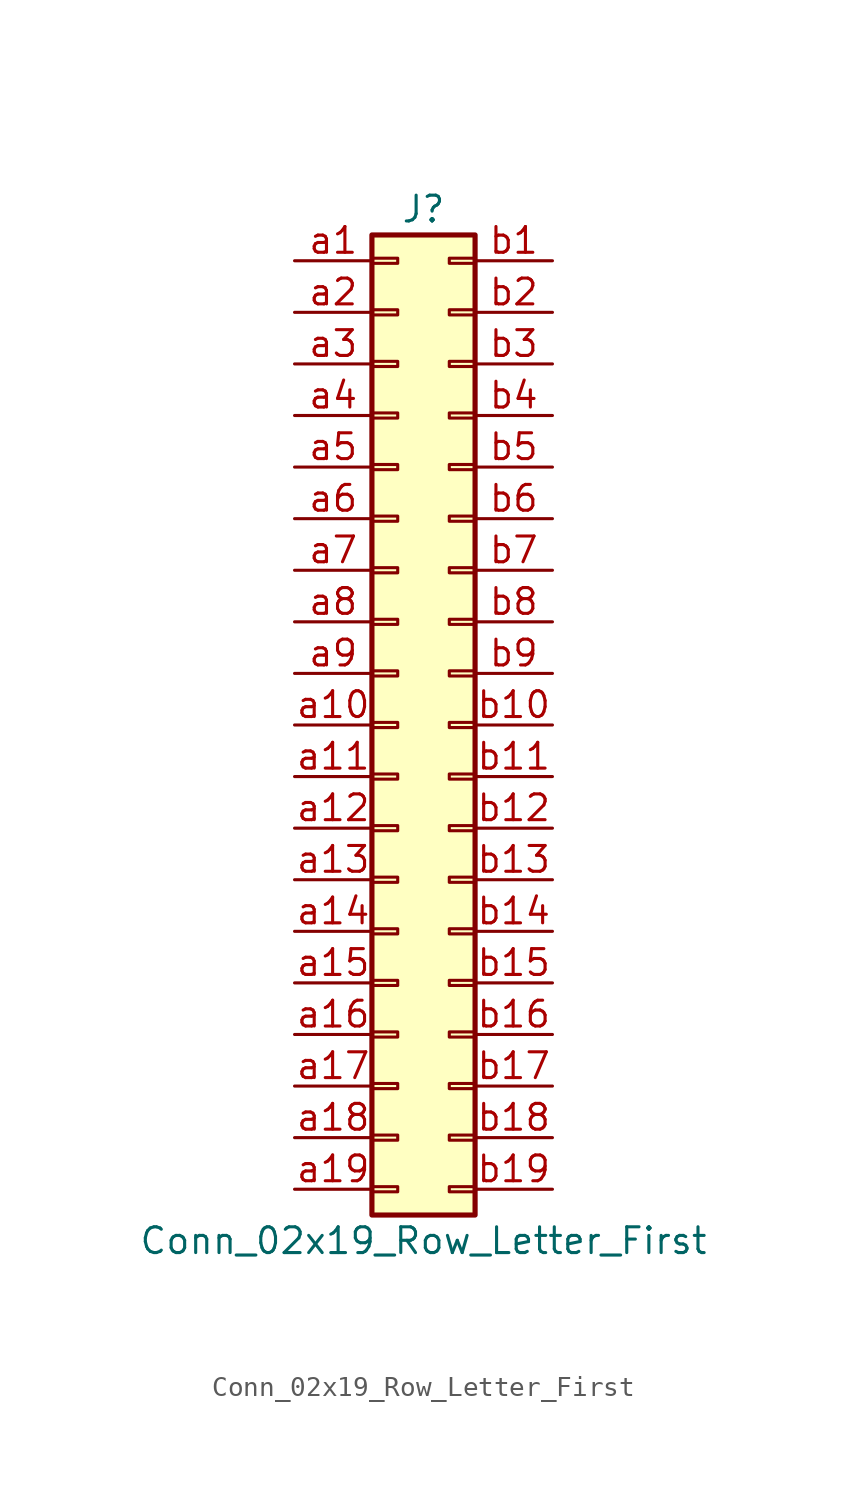
<source format=kicad_sym>
(kicad_symbol_lib
  (version 20211014)
  (generator kicad_symbol_editor)
  (symbol "Conn_02x19_Row_Letter_First"
    (pin_names
      (offset 1.016) hide)
    (property "Reference" "J"
      (at 1.27 25.4 0)
      (effects (font (size 1.27 1.27))))
    (property "Value" "Conn_02x19_Row_Letter_First"
      (at 1.27 -25.4 0)
      (effects (font (size 1.27 1.27))))
    (symbol "Conn_02x19_Row_Letter_First_1_1"
      (rectangle (start -1.27 -22.733) (end 0 -22.987) (stroke (width 0.152) (type default) (color 0 0 0 0)) (fill (type none)))
      (rectangle (start -1.27 -20.193) (end 0 -20.447) (stroke (width 0.152) (type default) (color 0 0 0 0)) (fill (type none)))
      (rectangle (start -1.27 -17.653) (end 0 -17.907) (stroke (width 0.152) (type default) (color 0 0 0 0)) (fill (type none)))
      (rectangle (start -1.27 -15.113) (end 0 -15.367) (stroke (width 0.152) (type default) (color 0 0 0 0)) (fill (type none)))
      (rectangle (start -1.27 -12.573) (end 0 -12.827) (stroke (width 0.152) (type default) (color 0 0 0 0)) (fill (type none)))
      (rectangle (start -1.27 -10.033) (end 0 -10.287) (stroke (width 0.152) (type default) (color 0 0 0 0)) (fill (type none)))
      (rectangle (start -1.27 -7.493) (end 0 -7.747) (stroke (width 0.152) (type default) (color 0 0 0 0)) (fill (type none)))
      (rectangle (start -1.27 -4.953) (end 0 -5.207) (stroke (width 0.152) (type default) (color 0 0 0 0)) (fill (type none)))
      (rectangle (start -1.27 -2.413) (end 0 -2.667) (stroke (width 0.152) (type default) (color 0 0 0 0)) (fill (type none)))
      (rectangle (start -1.27 0.127) (end 0 -0.127) (stroke (width 0.152) (type default) (color 0 0 0 0)) (fill (type none)))
      (rectangle (start -1.27 2.667) (end 0 2.413) (stroke (width 0.152) (type default) (color 0 0 0 0)) (fill (type none)))
      (rectangle (start -1.27 5.207) (end 0 4.953) (stroke (width 0.152) (type default) (color 0 0 0 0)) (fill (type none)))
      (rectangle (start -1.27 7.747) (end 0 7.493) (stroke (width 0.152) (type default) (color 0 0 0 0)) (fill (type none)))
      (rectangle (start -1.27 10.287) (end 0 10.033) (stroke (width 0.152) (type default) (color 0 0 0 0)) (fill (type none)))
      (rectangle (start -1.27 12.827) (end 0 12.573) (stroke (width 0.152) (type default) (color 0 0 0 0)) (fill (type none)))
      (rectangle (start -1.27 15.367) (end 0 15.113) (stroke (width 0.152) (type default) (color 0 0 0 0)) (fill (type none)))
      (rectangle (start -1.27 17.907) (end 0 17.653) (stroke (width 0.152) (type default) (color 0 0 0 0)) (fill (type none)))
      (rectangle (start -1.27 20.447) (end 0 20.193) (stroke (width 0.152) (type default) (color 0 0 0 0)) (fill (type none)))
      (rectangle (start -1.27 22.987) (end 0 22.733) (stroke (width 0.152) (type default) (color 0 0 0 0)) (fill (type none)))
      (rectangle (start -1.27 24.13) (end 3.81 -24.13) (stroke (width 0.254) (type default) (color 0 0 0 0)) (fill (type background)))
      (rectangle (start 3.81 -22.733) (end 2.54 -22.987) (stroke (width 0.152) (type default) (color 0 0 0 0)) (fill (type none)))
      (rectangle (start 3.81 -20.193) (end 2.54 -20.447) (stroke (width 0.152) (type default) (color 0 0 0 0)) (fill (type none)))
      (rectangle (start 3.81 -17.653) (end 2.54 -17.907) (stroke (width 0.152) (type default) (color 0 0 0 0)) (fill (type none)))
      (rectangle (start 3.81 -15.113) (end 2.54 -15.367) (stroke (width 0.152) (type default) (color 0 0 0 0)) (fill (type none)))
      (rectangle (start 3.81 -12.573) (end 2.54 -12.827) (stroke (width 0.152) (type default) (color 0 0 0 0)) (fill (type none)))
      (rectangle (start 3.81 -10.033) (end 2.54 -10.287) (stroke (width 0.152) (type default) (color 0 0 0 0)) (fill (type none)))
      (rectangle (start 3.81 -7.493) (end 2.54 -7.747) (stroke (width 0.152) (type default) (color 0 0 0 0)) (fill (type none)))
      (rectangle (start 3.81 -4.953) (end 2.54 -5.207) (stroke (width 0.152) (type default) (color 0 0 0 0)) (fill (type none)))
      (rectangle (start 3.81 -2.413) (end 2.54 -2.667) (stroke (width 0.152) (type default) (color 0 0 0 0)) (fill (type none)))
      (rectangle (start 3.81 0.127) (end 2.54 -0.127) (stroke (width 0.152) (type default) (color 0 0 0 0)) (fill (type none)))
      (rectangle (start 3.81 2.667) (end 2.54 2.413) (stroke (width 0.152) (type default) (color 0 0 0 0)) (fill (type none)))
      (rectangle (start 3.81 5.207) (end 2.54 4.953) (stroke (width 0.152) (type default) (color 0 0 0 0)) (fill (type none)))
      (rectangle (start 3.81 7.747) (end 2.54 7.493) (stroke (width 0.152) (type default) (color 0 0 0 0)) (fill (type none)))
      (rectangle (start 3.81 10.287) (end 2.54 10.033) (stroke (width 0.152) (type default) (color 0 0 0 0)) (fill (type none)))
      (rectangle (start 3.81 12.827) (end 2.54 12.573) (stroke (width 0.152) (type default) (color 0 0 0 0)) (fill (type none)))
      (rectangle (start 3.81 15.367) (end 2.54 15.113) (stroke (width 0.152) (type default) (color 0 0 0 0)) (fill (type none)))
      (rectangle (start 3.81 17.907) (end 2.54 17.653) (stroke (width 0.152) (type default) (color 0 0 0 0)) (fill (type none)))
      (rectangle (start 3.81 20.447) (end 2.54 20.193) (stroke (width 0.152) (type default) (color 0 0 0 0)) (fill (type none)))
      (rectangle (start 3.81 22.987) (end 2.54 22.733) (stroke (width 0.152) (type default) (color 0 0 0 0)) (fill (type none)))
      (pin passive line (at -5.08 22.86 0) (length 3.81) (name "Pin_a1" (effects (font (size 1.27 1.27)))) (number "a1" (effects (font (size 1.27 1.27)))))
      (pin passive line (at -5.08 0 0) (length 3.81) (name "Pin_a10" (effects (font (size 1.27 1.27)))) (number "a10" (effects (font (size 1.27 1.27)))))
      (pin passive line (at -5.08 -2.54 0) (length 3.81) (name "Pin_a11" (effects (font (size 1.27 1.27)))) (number "a11" (effects (font (size 1.27 1.27)))))
      (pin passive line (at -5.08 -5.08 0) (length 3.81) (name "Pin_a12" (effects (font (size 1.27 1.27)))) (number "a12" (effects (font (size 1.27 1.27)))))
      (pin passive line (at -5.08 -7.62 0) (length 3.81) (name "Pin_a13" (effects (font (size 1.27 1.27)))) (number "a13" (effects (font (size 1.27 1.27)))))
      (pin passive line (at -5.08 -10.16 0) (length 3.81) (name "Pin_a14" (effects (font (size 1.27 1.27)))) (number "a14" (effects (font (size 1.27 1.27)))))
      (pin passive line (at -5.08 -12.7 0) (length 3.81) (name "Pin_a15" (effects (font (size 1.27 1.27)))) (number "a15" (effects (font (size 1.27 1.27)))))
      (pin passive line (at -5.08 -15.24 0) (length 3.81) (name "Pin_a16" (effects (font (size 1.27 1.27)))) (number "a16" (effects (font (size 1.27 1.27)))))
      (pin passive line (at -5.08 -17.78 0) (length 3.81) (name "Pin_a17" (effects (font (size 1.27 1.27)))) (number "a17" (effects (font (size 1.27 1.27)))))
      (pin passive line (at -5.08 -20.32 0) (length 3.81) (name "Pin_a18" (effects (font (size 1.27 1.27)))) (number "a18" (effects (font (size 1.27 1.27)))))
      (pin passive line (at -5.08 -22.86 0) (length 3.81) (name "Pin_a19" (effects (font (size 1.27 1.27)))) (number "a19" (effects (font (size 1.27 1.27)))))
      (pin passive line (at -5.08 20.32 0) (length 3.81) (name "Pin_a2" (effects (font (size 1.27 1.27)))) (number "a2" (effects (font (size 1.27 1.27)))))
      (pin passive line (at -5.08 17.78 0) (length 3.81) (name "Pin_a3" (effects (font (size 1.27 1.27)))) (number "a3" (effects (font (size 1.27 1.27)))))
      (pin passive line (at -5.08 15.24 0) (length 3.81) (name "Pin_a4" (effects (font (size 1.27 1.27)))) (number "a4" (effects (font (size 1.27 1.27)))))
      (pin passive line (at -5.08 12.7 0) (length 3.81) (name "Pin_a5" (effects (font (size 1.27 1.27)))) (number "a5" (effects (font (size 1.27 1.27)))))
      (pin passive line (at -5.08 10.16 0) (length 3.81) (name "Pin_a6" (effects (font (size 1.27 1.27)))) (number "a6" (effects (font (size 1.27 1.27)))))
      (pin passive line (at -5.08 7.62 0) (length 3.81) (name "Pin_a7" (effects (font (size 1.27 1.27)))) (number "a7" (effects (font (size 1.27 1.27)))))
      (pin passive line (at -5.08 5.08 0) (length 3.81) (name "Pin_a8" (effects (font (size 1.27 1.27)))) (number "a8" (effects (font (size 1.27 1.27)))))
      (pin passive line (at -5.08 2.54 0) (length 3.81) (name "Pin_a9" (effects (font (size 1.27 1.27)))) (number "a9" (effects (font (size 1.27 1.27)))))
      (pin passive line (at 7.62 22.86 180) (length 3.81) (name "Pin_b1" (effects (font (size 1.27 1.27)))) (number "b1" (effects (font (size 1.27 1.27)))))
      (pin passive line (at 7.62 0 180) (length 3.81) (name "Pin_b10" (effects (font (size 1.27 1.27)))) (number "b10" (effects (font (size 1.27 1.27)))))
      (pin passive line (at 7.62 -2.54 180) (length 3.81) (name "Pin_b11" (effects (font (size 1.27 1.27)))) (number "b11" (effects (font (size 1.27 1.27)))))
      (pin passive line (at 7.62 -5.08 180) (length 3.81) (name "Pin_b12" (effects (font (size 1.27 1.27)))) (number "b12" (effects (font (size 1.27 1.27)))))
      (pin passive line (at 7.62 -7.62 180) (length 3.81) (name "Pin_b13" (effects (font (size 1.27 1.27)))) (number "b13" (effects (font (size 1.27 1.27)))))
      (pin passive line (at 7.62 -10.16 180) (length 3.81) (name "Pin_b14" (effects (font (size 1.27 1.27)))) (number "b14" (effects (font (size 1.27 1.27)))))
      (pin passive line (at 7.62 -12.7 180) (length 3.81) (name "Pin_b15" (effects (font (size 1.27 1.27)))) (number "b15" (effects (font (size 1.27 1.27)))))
      (pin passive line (at 7.62 -15.24 180) (length 3.81) (name "Pin_b16" (effects (font (size 1.27 1.27)))) (number "b16" (effects (font (size 1.27 1.27)))))
      (pin passive line (at 7.62 -17.78 180) (length 3.81) (name "Pin_b17" (effects (font (size 1.27 1.27)))) (number "b17" (effects (font (size 1.27 1.27)))))
      (pin passive line (at 7.62 -20.32 180) (length 3.81) (name "Pin_b18" (effects (font (size 1.27 1.27)))) (number "b18" (effects (font (size 1.27 1.27)))))
      (pin passive line (at 7.62 -22.86 180) (length 3.81) (name "Pin_b19" (effects (font (size 1.27 1.27)))) (number "b19" (effects (font (size 1.27 1.27)))))
      (pin passive line (at 7.62 20.32 180) (length 3.81) (name "Pin_b2" (effects (font (size 1.27 1.27)))) (number "b2" (effects (font (size 1.27 1.27)))))
      (pin passive line (at 7.62 17.78 180) (length 3.81) (name "Pin_b3" (effects (font (size 1.27 1.27)))) (number "b3" (effects (font (size 1.27 1.27)))))
      (pin passive line (at 7.62 15.24 180) (length 3.81) (name "Pin_b4" (effects (font (size 1.27 1.27)))) (number "b4" (effects (font (size 1.27 1.27)))))
      (pin passive line (at 7.62 12.7 180) (length 3.81) (name "Pin_b5" (effects (font (size 1.27 1.27)))) (number "b5" (effects (font (size 1.27 1.27)))))
      (pin passive line (at 7.62 10.16 180) (length 3.81) (name "Pin_b6" (effects (font (size 1.27 1.27)))) (number "b6" (effects (font (size 1.27 1.27)))))
      (pin passive line (at 7.62 7.62 180) (length 3.81) (name "Pin_b7" (effects (font (size 1.27 1.27)))) (number "b7" (effects (font (size 1.27 1.27)))))
      (pin passive line (at 7.62 5.08 180) (length 3.81) (name "Pin_b8" (effects (font (size 1.27 1.27)))) (number "b8" (effects (font (size 1.27 1.27)))))
      (pin passive line (at 7.62 2.54 180) (length 3.81) (name "Pin_b9" (effects (font (size 1.27 1.27)))) (number "b9" (effects (font (size 1.27 1.27))))))))
</source>
